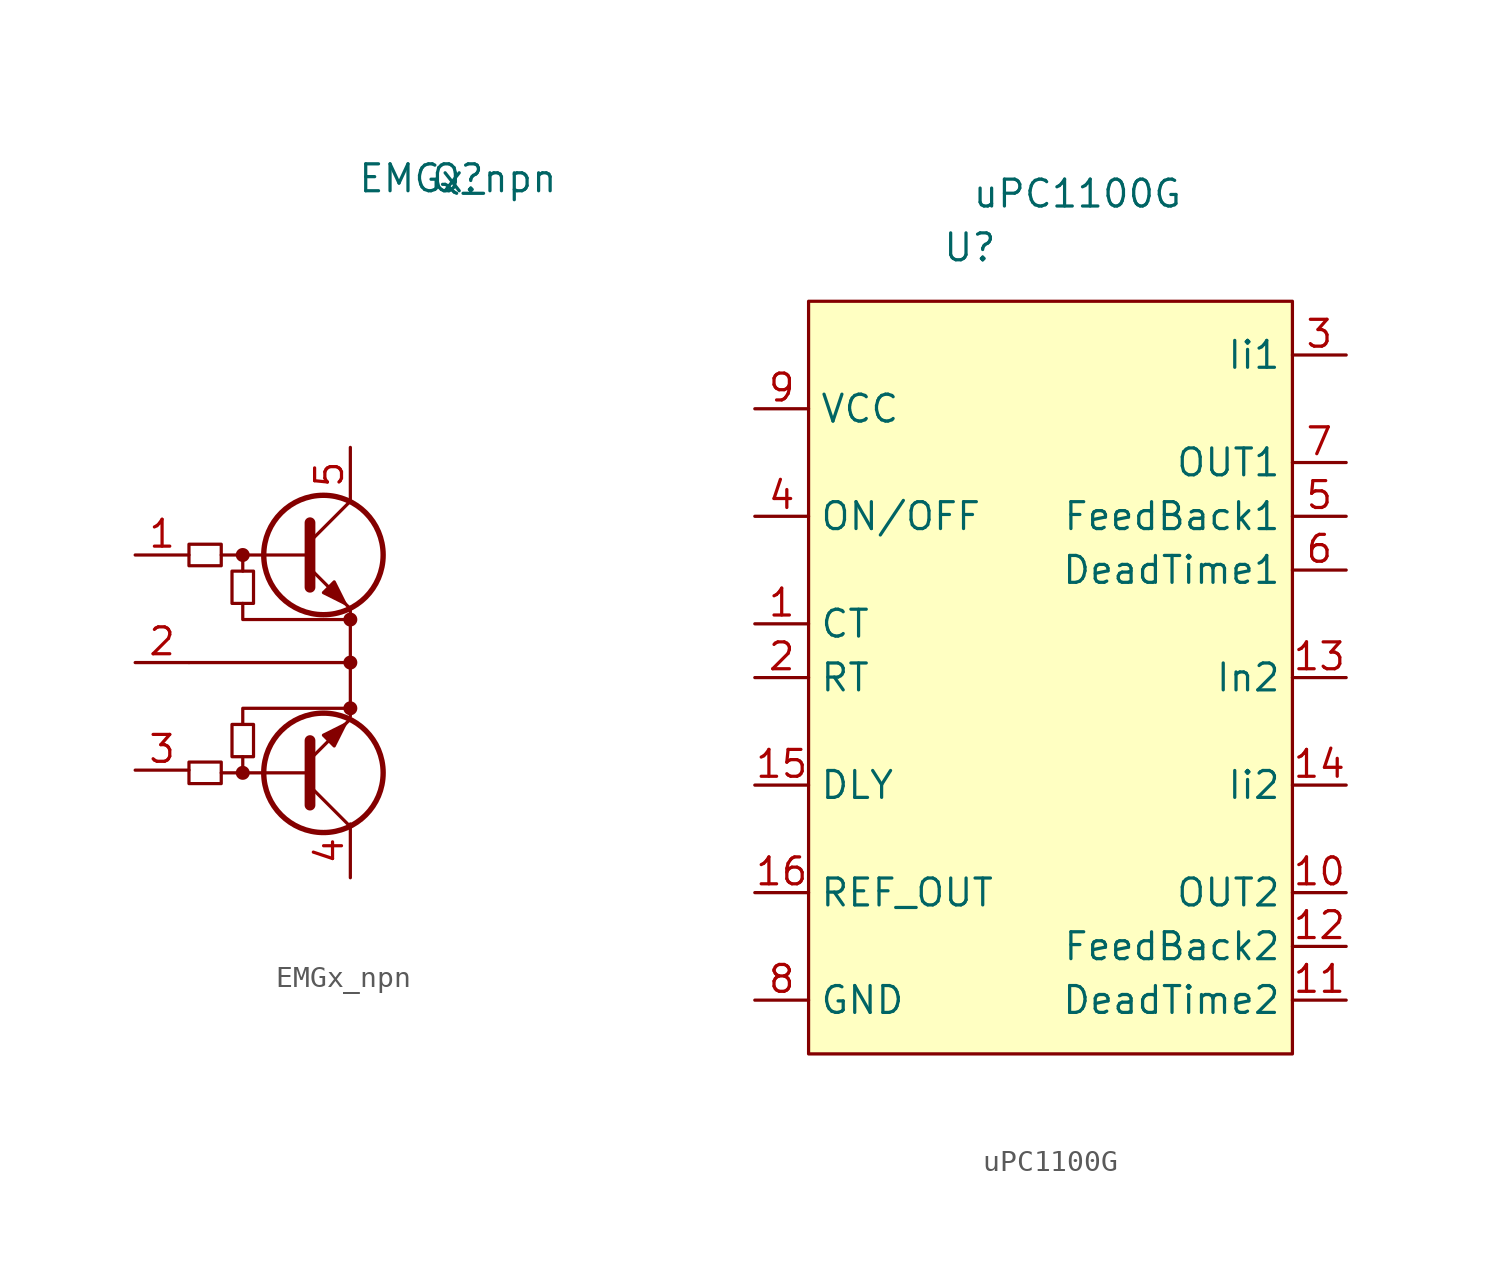
<source format=kicad_sym>
(kicad_symbol_lib
  (version 20211014)
  (generator kicad_symbol_editor)
  (symbol "EMGx_npn"
    (pin_names hide)
    (property "Reference" "Q"
      (at 15.24 12.7 0)
      (effects (font (size 1.27 1.27))))
    (property "Value" "EMGx_npn"
      (at 15.24 12.7 0)
      (effects (font (size 1.27 1.27))))
    (symbol "EMGx_npn_0_1"
      (polyline (pts (xy 5.08 -14.605) (xy 5.08 -15.367)) (stroke (width 0) (type default) (color 0 0 0 0)) (fill (type none)))
      (polyline (pts (xy 5.08 -5.842) (xy 5.08 -5.08)) (stroke (width 0) (type default) (color 0 0 0 0)) (fill (type none)))
      (polyline (pts (xy 8.128 -15.367) (xy 4.064 -15.367)) (stroke (width 0) (type default) (color 0 0 0 0)) (fill (type none)))
      (polyline (pts (xy 8.128 -5.08) (xy 4.064 -5.08)) (stroke (width 0) (type default) (color 0 0 0 0)) (fill (type none)))
      (polyline (pts (xy 8.255 -16.891) (xy 8.255 -13.843)) (stroke (width 0.508) (type default) (color 0 0 0 0)) (fill (type none)))
      (polyline (pts (xy 8.255 -3.556) (xy 8.255 -6.604)) (stroke (width 0.508) (type default) (color 0 0 0 0)) (fill (type none)))
      (polyline (pts (xy 10.16 -12.7) (xy 10.16 -10.16)) (stroke (width 0) (type default) (color 0 0 0 0)) (fill (type none)))
      (polyline (pts (xy 5.08 -13.081) (xy 5.08 -12.319) (xy 10.16 -12.319)) (stroke (width 0) (type default) (color 0 0 0 0)) (fill (type none)))
      (polyline (pts (xy 5.08 -7.366) (xy 5.08 -8.128) (xy 10.16 -8.128)) (stroke (width 0) (type default) (color 0 0 0 0)) (fill (type none)))
      (polyline (pts (xy 10.16 -7.62) (xy 10.16 -10.16) (xy 2.54 -10.16)) (stroke (width 0) (type default) (color 0 0 0 0)) (fill (type none)))
      (rectangle (start 2.54 -4.572) (end 4.064 -5.588) (stroke (width 0) (type default) (color 0 0 0 0)) (fill (type none)))
      (rectangle (start 4.064 -14.859) (end 2.54 -15.875) (stroke (width 0) (type default) (color 0 0 0 0)) (fill (type none)))
      (rectangle (start 4.572 -7.366) (end 5.588 -5.842) (stroke (width 0) (type default) (color 0 0 0 0)) (fill (type none)))
      (circle (center 5.08 -15.367) (radius 0.254) (stroke (width 0) (type default) (color 0 0 0 0)) (fill (type outline)))
      (circle (center 5.08 -5.08) (radius 0.254) (stroke (width 0) (type default) (color 0 0 0 0)) (fill (type outline)))
      (rectangle (start 5.588 -14.605) (end 4.572 -13.081) (stroke (width 0) (type default) (color 0 0 0 0)) (fill (type none)))
      (circle (center 10.16 -12.319) (radius 0.254) (stroke (width 0) (type default) (color 0 0 0 0)) (fill (type outline)))
      (circle (center 10.16 -10.16) (radius 0.254) (stroke (width 0) (type default) (color 0 0 0 0)) (fill (type outline)))
      (circle (center 10.16 -8.128) (radius 0.254) (stroke (width 0) (type default) (color 0 0 0 0)) (fill (type outline))))
    (symbol "EMGx_npn_1_1"
      (polyline (pts (xy 8.255 -16.002) (xy 10.16 -17.907)) (stroke (width 0) (type default) (color 0 0 0 0)) (fill (type none)))
      (polyline (pts (xy 8.255 -4.445) (xy 10.16 -2.54)) (stroke (width 0) (type default) (color 0 0 0 0)) (fill (type none)))
      (polyline (pts (xy 8.255 -14.732) (xy 10.16 -12.827) (xy 10.16 -12.827)) (stroke (width 0) (type default) (color 0 0 0 0)) (fill (type none)))
      (polyline (pts (xy 8.255 -5.715) (xy 10.16 -7.62) (xy 10.16 -7.62)) (stroke (width 0) (type default) (color 0 0 0 0)) (fill (type none)))
      (polyline (pts (xy 8.89 -13.589) (xy 9.398 -14.097) (xy 9.906 -13.081) (xy 8.89 -13.589) (xy 8.89 -13.589)) (stroke (width 0) (type default) (color 0 0 0 0)) (fill (type outline)))
      (polyline (pts (xy 8.89 -6.858) (xy 9.398 -6.35) (xy 9.906 -7.366) (xy 8.89 -6.858) (xy 8.89 -6.858)) (stroke (width 0) (type default) (color 0 0 0 0)) (fill (type outline)))
      (circle (center 8.89 -15.367) (radius 2.819) (stroke (width 0.254) (type default) (color 0 0 0 0)) (fill (type none)))
      (circle (center 8.89 -5.08) (radius 2.819) (stroke (width 0.254) (type default) (color 0 0 0 0)) (fill (type none)))
      (pin input line (at 0 -5.08 0) (length 2.54) (name "B1" (effects (font (size 1.27 1.27)))) (number "1" (effects (font (size 1.27 1.27)))))
      (pin passive line (at 0 -10.16 0) (length 2.54) (name "E" (effects (font (size 1.27 1.27)))) (number "2" (effects (font (size 1.27 1.27)))))
      (pin input line (at 0 -15.24 0) (length 2.54) (name "B2" (effects (font (size 1.27 1.27)))) (number "3" (effects (font (size 1.27 1.27)))))
      (pin passive line (at 10.16 -20.32 90) (length 2.54) (name "C2" (effects (font (size 1.27 1.27)))) (number "4" (effects (font (size 1.27 1.27)))))
      (pin passive line (at 10.16 0 270) (length 2.54) (name "C1" (effects (font (size 1.27 1.27)))) (number "5" (effects (font (size 1.27 1.27)))))))
  (symbol "uPC1100G"
    (property "Reference" "U"
      (at 7.62 2.54 0)
      (effects (font (size 1.27 1.27))))
    (property "Value" "uPC1100G"
      (at 12.7 5.08 0)
      (effects (font (size 1.27 1.27))))
    (symbol "uPC1100G_0_1"
      (rectangle (start 0 0) (end 22.86 -35.56) (stroke (width 0) (type default) (color 0 0 0 0)) (fill (type background))))
    (symbol "uPC1100G_1_1"
      (pin passive line (at -2.54 -15.24 0) (length 2.54) (name "CT" (effects (font (size 1.27 1.27)))) (number "1" (effects (font (size 1.27 1.27)))))
      (pin open_collector line (at 25.4 -27.94 180) (length 2.54) (name "OUT2" (effects (font (size 1.27 1.27)))) (number "10" (effects (font (size 1.27 1.27)))))
      (pin passive line (at 25.4 -33.02 180) (length 2.54) (name "DeadTime2" (effects (font (size 1.27 1.27)))) (number "11" (effects (font (size 1.27 1.27)))))
      (pin output line (at 25.4 -30.48 180) (length 2.54) (name "FeedBack2" (effects (font (size 1.27 1.27)))) (number "12" (effects (font (size 1.27 1.27)))))
      (pin passive line (at 25.4 -17.78 180) (length 2.54) (name "In2" (effects (font (size 1.27 1.27)))) (number "13" (effects (font (size 1.27 1.27)))))
      (pin passive line (at 25.4 -22.86 180) (length 2.54) (name "Ii2" (effects (font (size 1.27 1.27)))) (number "14" (effects (font (size 1.27 1.27)))))
      (pin passive line (at -2.54 -22.86 0) (length 2.54) (name "DLY" (effects (font (size 1.27 1.27)))) (number "15" (effects (font (size 1.27 1.27)))))
      (pin output line (at -2.54 -27.94 0) (length 2.54) (name "REF_OUT" (effects (font (size 1.27 1.27)))) (number "16" (effects (font (size 1.27 1.27)))))
      (pin passive line (at -2.54 -17.78 0) (length 2.54) (name "RT" (effects (font (size 1.27 1.27)))) (number "2" (effects (font (size 1.27 1.27)))))
      (pin passive line (at 25.4 -2.54 180) (length 2.54) (name "Ii1" (effects (font (size 1.27 1.27)))) (number "3" (effects (font (size 1.27 1.27)))))
      (pin input line (at -2.54 -10.16 0) (length 2.54) (name "ON/OFF" (effects (font (size 1.27 1.27)))) (number "4" (effects (font (size 1.27 1.27)))))
      (pin output line (at 25.4 -10.16 180) (length 2.54) (name "FeedBack1" (effects (font (size 1.27 1.27)))) (number "5" (effects (font (size 1.27 1.27)))))
      (pin passive line (at 25.4 -12.7 180) (length 2.54) (name "DeadTime1" (effects (font (size 1.27 1.27)))) (number "6" (effects (font (size 1.27 1.27)))))
      (pin open_collector line (at 25.4 -7.62 180) (length 2.54) (name "OUT1" (effects (font (size 1.27 1.27)))) (number "7" (effects (font (size 1.27 1.27)))))
      (pin power_in line (at -2.54 -33.02 0) (length 2.54) (name "GND" (effects (font (size 1.27 1.27)))) (number "8" (effects (font (size 1.27 1.27)))))
      (pin power_in line (at -2.54 -5.08 0) (length 2.54) (name "VCC" (effects (font (size 1.27 1.27)))) (number "9" (effects (font (size 1.27 1.27))))))))
</source>
